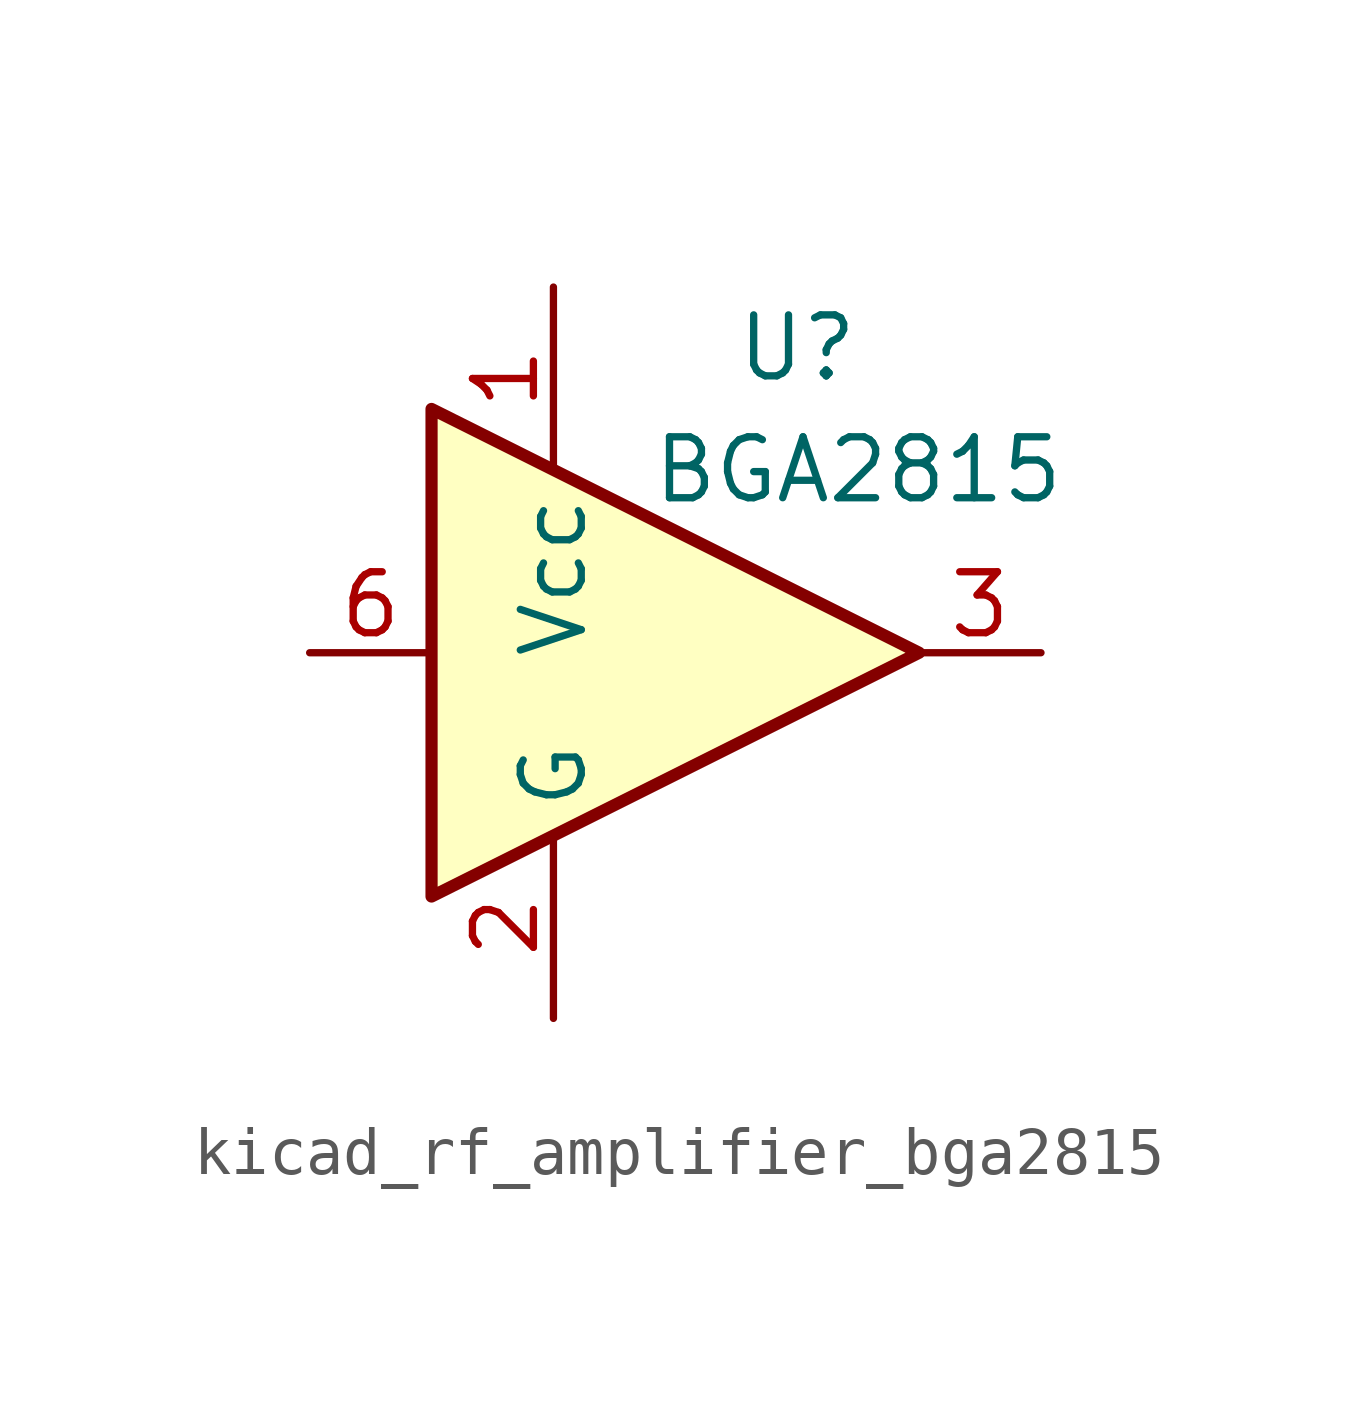
<source format=kicad_sym>
(kicad_symbol_lib
  (version 20220914)
  (generator kicad_symbol_editor)
  (symbol "kicad_rf_amplifier_bga2815"
    (property "Reference" "U"
      (at 2.54 6.35 0)
      (effects (font (size 1.27 1.27))))
    (property "Value" "BGA2815"
      (at 3.81 3.81 0)
      (effects (font (size 1.27 1.27))))
    (symbol "kicad_rf_amplifier_bga2815_0_1"
      (polyline (pts (xy 5.08 0) (xy -5.08 5.08) (xy -5.08 -5.08) (xy 5.08 0)) (stroke (width 0.254) (type default)) (fill (type background))))
    (symbol "kicad_rf_amplifier_bga2815_1_1"
      (pin power_in line (at -2.54 7.62 270) (length 3.81) (name "Vcc" (effects (font (size 1.27 1.27)))) (number "1" (effects (font (size 1.27 1.27)))))
      (pin power_in line (at -2.54 -7.62 90) (length 3.81) (name "G" (effects (font (size 1.27 1.27)))) (number "2" (effects (font (size 1.27 1.27)))))
      (pin output line (at 7.62 0 180) (length 2.54) (name "~" (effects (font (size 1.27 1.27)))) (number "3" (effects (font (size 1.27 1.27)))))
      (pin passive line (at -2.54 -7.62 90) (length 3.81) hide (name "G" (effects (font (size 1.27 1.27)))) (number "4" (effects (font (size 1.27 1.27)))))
      (pin passive line (at -2.54 -7.62 90) (length 3.81) hide (name "G" (effects (font (size 1.27 1.27)))) (number "5" (effects (font (size 1.27 1.27)))))
      (pin input line (at -7.62 0 0) (length 2.54) (name "~" (effects (font (size 1.27 1.27)))) (number "6" (effects (font (size 1.27 1.27))))))))
</source>
